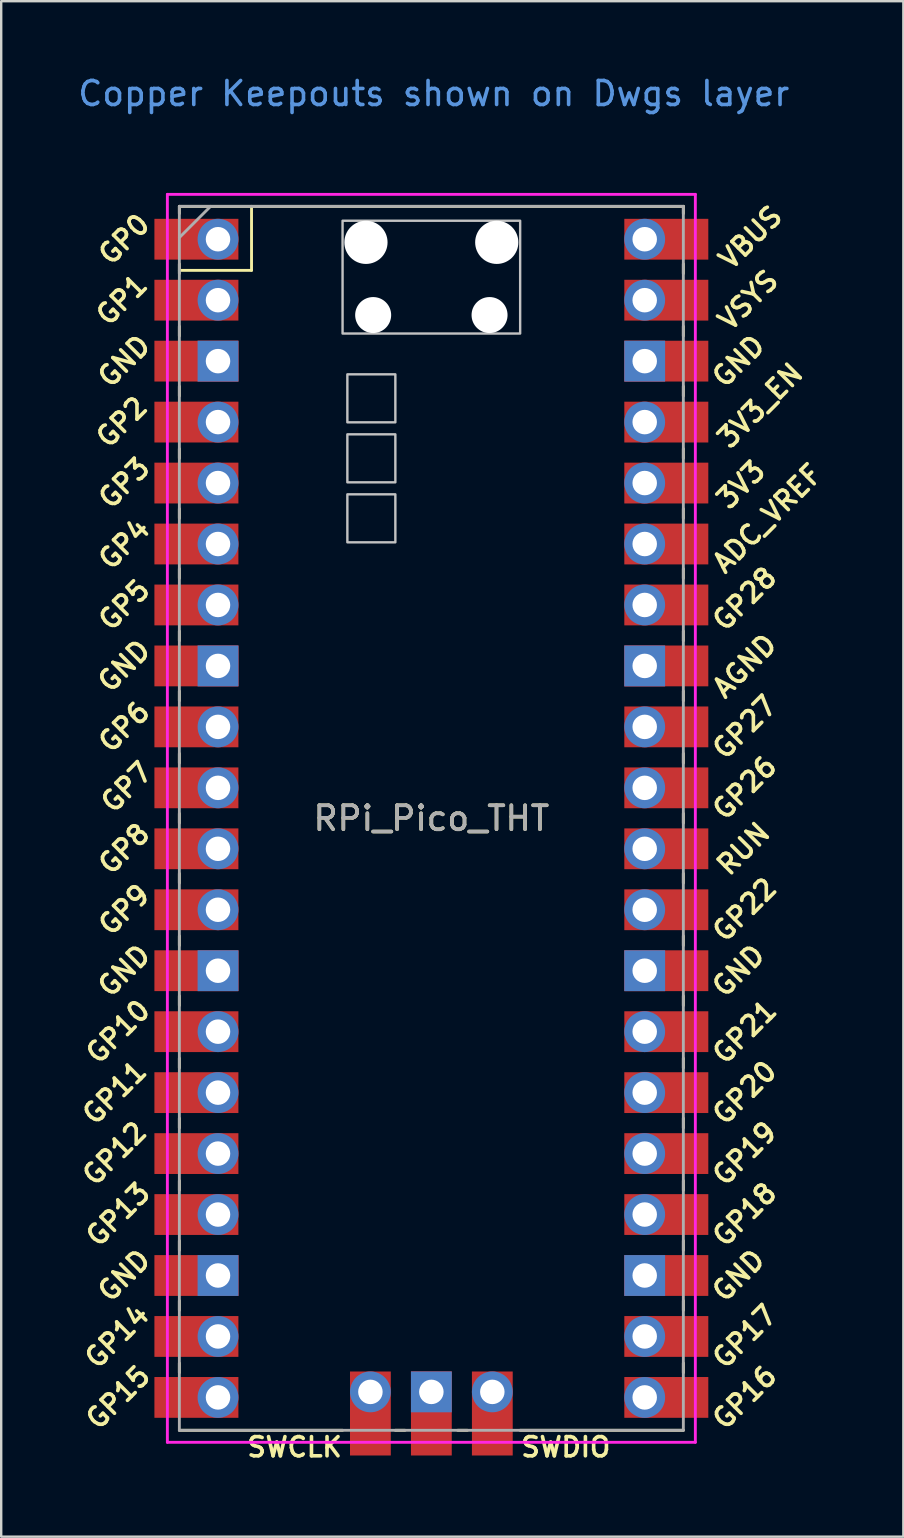
<source format=kicad_pcb>
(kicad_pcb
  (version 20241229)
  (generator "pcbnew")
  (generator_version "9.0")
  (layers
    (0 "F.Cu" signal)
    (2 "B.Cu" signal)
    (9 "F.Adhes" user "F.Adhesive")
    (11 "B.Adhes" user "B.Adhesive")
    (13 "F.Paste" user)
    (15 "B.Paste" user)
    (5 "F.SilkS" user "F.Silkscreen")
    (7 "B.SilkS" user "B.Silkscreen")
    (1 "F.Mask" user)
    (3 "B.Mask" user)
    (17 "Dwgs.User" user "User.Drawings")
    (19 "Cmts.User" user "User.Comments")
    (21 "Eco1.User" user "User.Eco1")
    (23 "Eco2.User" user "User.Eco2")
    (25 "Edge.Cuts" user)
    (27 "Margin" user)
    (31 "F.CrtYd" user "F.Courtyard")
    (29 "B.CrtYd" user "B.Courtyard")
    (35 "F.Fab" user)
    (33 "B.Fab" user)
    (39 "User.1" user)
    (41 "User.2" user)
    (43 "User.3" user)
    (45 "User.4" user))
  (footprint "RPi_Pico_THT"
    (layer "F.Cu")
    (at 14.924 31.048)
    (property "Reference" "RPi_Pico_THT" (at 0 0 0) (layer "F.SilkS") (effects (font (size 1 1) (thickness 0.15))))
    (attr through_hole)
    (fp_line (start -10.5 -25.5) (end -10.5 -25.2) (stroke (width 0.12) (type solid)) (layer "F.SilkS"))
    (fp_line (start -10.5 -25.5) (end 10.5 -25.5) (stroke (width 0.12) (type solid)) (layer "F.SilkS"))
    (fp_line (start -10.5 -23.1) (end -10.5 -22.7) (stroke (width 0.12) (type solid)) (layer "F.SilkS"))
    (fp_line (start -10.5 -22.833) (end -7.493 -22.833) (stroke (width 0.12) (type solid)) (layer "F.SilkS"))
    (fp_line (start -10.5 -20.5) (end -10.5 -20.1) (stroke (width 0.12) (type solid)) (layer "F.SilkS"))
    (fp_line (start -10.5 -18) (end -10.5 -17.6) (stroke (width 0.12) (type solid)) (layer "F.SilkS"))
    (fp_line (start -10.5 -15.4) (end -10.5 -15) (stroke (width 0.12) (type solid)) (layer "F.SilkS"))
    (fp_line (start -10.5 -12.9) (end -10.5 -12.5) (stroke (width 0.12) (type solid)) (layer "F.SilkS"))
    (fp_line (start -10.5 -10.4) (end -10.5 -10) (stroke (width 0.12) (type solid)) (layer "F.SilkS"))
    (fp_line (start -10.5 -7.8) (end -10.5 -7.4) (stroke (width 0.12) (type solid)) (layer "F.SilkS"))
    (fp_line (start -10.5 -5.3) (end -10.5 -4.9) (stroke (width 0.12) (type solid)) (layer "F.SilkS"))
    (fp_line (start -10.5 -2.7) (end -10.5 -2.3) (stroke (width 0.12) (type solid)) (layer "F.SilkS"))
    (fp_line (start -10.5 -0.2) (end -10.5 0.2) (stroke (width 0.12) (type solid)) (layer "F.SilkS"))
    (fp_line (start -10.5 2.3) (end -10.5 2.7) (stroke (width 0.12) (type solid)) (layer "F.SilkS"))
    (fp_line (start -10.5 4.9) (end -10.5 5.3) (stroke (width 0.12) (type solid)) (layer "F.SilkS"))
    (fp_line (start -10.5 7.4) (end -10.5 7.8) (stroke (width 0.12) (type solid)) (layer "F.SilkS"))
    (fp_line (start -10.5 10) (end -10.5 10.4) (stroke (width 0.12) (type solid)) (layer "F.SilkS"))
    (fp_line (start -10.5 12.5) (end -10.5 12.9) (stroke (width 0.12) (type solid)) (layer "F.SilkS"))
    (fp_line (start -10.5 15.1) (end -10.5 15.5) (stroke (width 0.12) (type solid)) (layer "F.SilkS"))
    (fp_line (start -10.5 17.6) (end -10.5 18) (stroke (width 0.12) (type solid)) (layer "F.SilkS"))
    (fp_line (start -10.5 20.1) (end -10.5 20.5) (stroke (width 0.12) (type solid)) (layer "F.SilkS"))
    (fp_line (start -10.5 22.7) (end -10.5 23.1) (stroke (width 0.12) (type solid)) (layer "F.SilkS"))
    (fp_line (start -7.493 -22.833) (end -7.493 -25.5) (stroke (width 0.12) (type solid)) (layer "F.SilkS"))
    (fp_line (start -3.7 25.5) (end -10.5 25.5) (stroke (width 0.12) (type solid)) (layer "F.SilkS"))
    (fp_line (start -1.5 25.5) (end -1.1 25.5) (stroke (width 0.12) (type solid)) (layer "F.SilkS"))
    (fp_line (start 1.1 25.5) (end 1.5 25.5) (stroke (width 0.12) (type solid)) (layer "F.SilkS"))
    (fp_line (start 10.5 -25.5) (end 10.5 -25.2) (stroke (width 0.12) (type solid)) (layer "F.SilkS"))
    (fp_line (start 10.5 -23.1) (end 10.5 -22.7) (stroke (width 0.12) (type solid)) (layer "F.SilkS"))
    (fp_line (start 10.5 -20.5) (end 10.5 -20.1) (stroke (width 0.12) (type solid)) (layer "F.SilkS"))
    (fp_line (start 10.5 -18) (end 10.5 -17.6) (stroke (width 0.12) (type solid)) (layer "F.SilkS"))
    (fp_line (start 10.5 -15.4) (end 10.5 -15) (stroke (width 0.12) (type solid)) (layer "F.SilkS"))
    (fp_line (start 10.5 -12.9) (end 10.5 -12.5) (stroke (width 0.12) (type solid)) (layer "F.SilkS"))
    (fp_line (start 10.5 -10.4) (end 10.5 -10) (stroke (width 0.12) (type solid)) (layer "F.SilkS"))
    (fp_line (start 10.5 -7.8) (end 10.5 -7.4) (stroke (width 0.12) (type solid)) (layer "F.SilkS"))
    (fp_line (start 10.5 -5.3) (end 10.5 -4.9) (stroke (width 0.12) (type solid)) (layer "F.SilkS"))
    (fp_line (start 10.5 -2.7) (end 10.5 -2.3) (stroke (width 0.12) (type solid)) (layer "F.SilkS"))
    (fp_line (start 10.5 -0.2) (end 10.5 0.2) (stroke (width 0.12) (type solid)) (layer "F.SilkS"))
    (fp_line (start 10.5 2.3) (end 10.5 2.7) (stroke (width 0.12) (type solid)) (layer "F.SilkS"))
    (fp_line (start 10.5 4.9) (end 10.5 5.3) (stroke (width 0.12) (type solid)) (layer "F.SilkS"))
    (fp_line (start 10.5 7.4) (end 10.5 7.8) (stroke (width 0.12) (type solid)) (layer "F.SilkS"))
    (fp_line (start 10.5 10) (end 10.5 10.4) (stroke (width 0.12) (type solid)) (layer "F.SilkS"))
    (fp_line (start 10.5 12.5) (end 10.5 12.9) (stroke (width 0.12) (type solid)) (layer "F.SilkS"))
    (fp_line (start 10.5 15.1) (end 10.5 15.5) (stroke (width 0.12) (type solid)) (layer "F.SilkS"))
    (fp_line (start 10.5 17.6) (end 10.5 18) (stroke (width 0.12) (type solid)) (layer "F.SilkS"))
    (fp_line (start 10.5 20.1) (end 10.5 20.5) (stroke (width 0.12) (type solid)) (layer "F.SilkS"))
    (fp_line (start 10.5 22.7) (end 10.5 23.1) (stroke (width 0.12) (type solid)) (layer "F.SilkS"))
    (fp_line (start 10.5 25.5) (end 3.7 25.5) (stroke (width 0.12) (type solid)) (layer "F.SilkS"))
    (fp_poly (pts (xy -1.5 -16.5) (xy -3.5 -16.5) (xy -3.5 -18.5) (xy -1.5 -18.5)) (stroke (width 0.1) (type solid)) (fill no) (layer "Dwgs.User"))
    (fp_poly (pts (xy -1.5 -14) (xy -3.5 -14) (xy -3.5 -16) (xy -1.5 -16)) (stroke (width 0.1) (type solid)) (fill no) (layer "Dwgs.User"))
    (fp_poly (pts (xy -1.5 -11.5) (xy -3.5 -11.5) (xy -3.5 -13.5) (xy -1.5 -13.5)) (stroke (width 0.1) (type solid)) (fill no) (layer "Dwgs.User"))
    (fp_poly (pts (xy 3.7 -20.2) (xy -3.7 -20.2) (xy -3.7 -24.9) (xy 3.7 -24.9)) (stroke (width 0.1) (type solid)) (fill no) (layer "Dwgs.User"))
    (fp_line (start -11 -26) (end 11 -26) (stroke (width 0.12) (type solid)) (layer "F.CrtYd"))
    (fp_line (start -11 26) (end -11 -26) (stroke (width 0.12) (type solid)) (layer "F.CrtYd"))
    (fp_line (start 11 -26) (end 11 26) (stroke (width 0.12) (type solid)) (layer "F.CrtYd"))
    (fp_line (start 11 26) (end -11 26) (stroke (width 0.12) (type solid)) (layer "F.CrtYd"))
    (fp_line (start -10.5 -25.5) (end 10.5 -25.5) (stroke (width 0.12) (type solid)) (layer "F.Fab"))
    (fp_line (start -10.5 -24.2) (end -9.2 -25.5) (stroke (width 0.12) (type solid)) (layer "F.Fab"))
    (fp_line (start -10.5 25.5) (end -10.5 -25.5) (stroke (width 0.12) (type solid)) (layer "F.Fab"))
    (fp_line (start 10.5 -25.5) (end 10.5 25.5) (stroke (width 0.12) (type solid)) (layer "F.Fab"))
    (fp_line (start 10.5 25.5) (end -10.5 25.5) (stroke (width 0.12) (type solid)) (layer "F.Fab"))
    (fp_text user "GP0" (at -12.8 -24.13 45) (layer "F.SilkS") (effects (font (size 0.8 0.8) (thickness 0.15))))
    (fp_text user "SWDIO" (at 5.6 26.2 0) (layer "F.SilkS") (effects (font (size 0.8 0.8) (thickness 0.15))))
    (fp_text user "ADC_VREF" (at 14 -12.5 45) (layer "F.SilkS") (effects (font (size 0.8 0.8) (thickness 0.15))))
    (fp_text user "GP10" (at -13.054 8.89 45) (layer "F.SilkS") (effects (font (size 0.8 0.8) (thickness 0.15))))
    (fp_text user "GP9" (at -12.8 3.81 45) (layer "F.SilkS") (effects (font (size 0.8 0.8) (thickness 0.15))))
    (fp_text user "GP6" (at -12.8 -3.81 45) (layer "F.SilkS") (effects (font (size 0.8 0.8) (thickness 0.15))))
    (fp_text user "GP21" (at 13.054 8.9 45) (layer "F.SilkS") (effects (font (size 0.8 0.8) (thickness 0.15))))
    (fp_text user "GP19" (at 13.054 13.97 45) (layer "F.SilkS") (effects (font (size 0.8 0.8) (thickness 0.15))))
    (fp_text user "VBUS" (at 13.3 -24.2 45) (layer "F.SilkS") (effects (font (size 0.8 0.8) (thickness 0.15))))
    (fp_text user "GND" (at 12.8 6.35 45) (layer "F.SilkS") (effects (font (size 0.8 0.8) (thickness 0.15))))
    (fp_text user "GND" (at 12.8 -19.05 45) (layer "F.SilkS") (effects (font (size 0.8 0.8) (thickness 0.15))))
    (fp_text user "GP3" (at -12.8 -13.97 45) (layer "F.SilkS") (effects (font (size 0.8 0.8) (thickness 0.15))))
    (fp_text user "VSYS" (at 13.2 -21.59 45) (layer "F.SilkS") (effects (font (size 0.8 0.8) (thickness 0.15))))
    (fp_text user "GP16" (at 13.054 24.13 45) (layer "F.SilkS") (effects (font (size 0.8 0.8) (thickness 0.15))))
    (fp_text user "GND" (at -12.8 6.35 45) (layer "F.SilkS") (effects (font (size 0.8 0.8) (thickness 0.15))))
    (fp_text user "GND" (at -12.8 -6.35 45) (layer "F.SilkS") (effects (font (size 0.8 0.8) (thickness 0.15))))
    (fp_text user "GP28" (at 13.054 -9.144 45) (layer "F.SilkS") (effects (font (size 0.8 0.8) (thickness 0.15))))
    (fp_text user "GP8" (at -12.8 1.27 45) (layer "F.SilkS") (effects (font (size 0.8 0.8) (thickness 0.15))))
    (fp_text user "GP18" (at 13.054 16.51 45) (layer "F.SilkS") (effects (font (size 0.8 0.8) (thickness 0.15))))
    (fp_text user "GP11" (at -13.2 11.43 45) (layer "F.SilkS") (effects (font (size 0.8 0.8) (thickness 0.15))))
    (fp_text user "GP27" (at 13.054 -3.8 45) (layer "F.SilkS") (effects (font (size 0.8 0.8) (thickness 0.15))))
    (fp_text user "GP17" (at 13.054 21.59 45) (layer "F.SilkS") (effects (font (size 0.8 0.8) (thickness 0.15))))
    (fp_text user "GP7" (at -12.7 -1.3 45) (layer "F.SilkS") (effects (font (size 0.8 0.8) (thickness 0.15))))
    (fp_text user "RUN" (at 13 1.27 45) (layer "F.SilkS") (effects (font (size 0.8 0.8) (thickness 0.15))))
    (fp_text user "GP14" (at -13.1 21.59 45) (layer "F.SilkS") (effects (font (size 0.8 0.8) (thickness 0.15))))
    (fp_text user "GP15" (at -13.054 24.13 45) (layer "F.SilkS") (effects (font (size 0.8 0.8) (thickness 0.15))))
    (fp_text user "GP26" (at 13.054 -1.27 45) (layer "F.SilkS") (effects (font (size 0.8 0.8) (thickness 0.15))))
    (fp_text user "GP2" (at -12.9 -16.51 45) (layer "F.SilkS") (effects (font (size 0.8 0.8) (thickness 0.15))))
    (fp_text user "GND" (at -12.8 19.05 45) (layer "F.SilkS") (effects (font (size 0.8 0.8) (thickness 0.15))))
    (fp_text user "3V3" (at 12.9 -13.9 45) (layer "F.SilkS") (effects (font (size 0.8 0.8) (thickness 0.15))))
    (fp_text user "GP4" (at -12.8 -11.43 45) (layer "F.SilkS") (effects (font (size 0.8 0.8) (thickness 0.15))))
    (fp_text user "GP22" (at 13.054 3.81 45) (layer "F.SilkS") (effects (font (size 0.8 0.8) (thickness 0.15))))
    (fp_text user "GP5" (at -12.8 -8.89 45) (layer "F.SilkS") (effects (font (size 0.8 0.8) (thickness 0.15))))
    (fp_text user "GP20" (at 13.054 11.43 45) (layer "F.SilkS") (effects (font (size 0.8 0.8) (thickness 0.15))))
    (fp_text user "SWCLK" (at -5.7 26.2 0) (layer "F.SilkS") (effects (font (size 0.8 0.8) (thickness 0.15))))
    (fp_text user "3V3_EN" (at 13.7 -17.2 45) (layer "F.SilkS") (effects (font (size 0.8 0.8) (thickness 0.15))))
    (fp_text user "GND" (at -12.8 -19.05 45) (layer "F.SilkS") (effects (font (size 0.8 0.8) (thickness 0.15))))
    (fp_text user "GP13" (at -13.054 16.51 45) (layer "F.SilkS") (effects (font (size 0.8 0.8) (thickness 0.15))))
    (fp_text user "GND" (at 12.8 19.05 45) (layer "F.SilkS") (effects (font (size 0.8 0.8) (thickness 0.15))))
    (fp_text user "GP12" (at -13.2 13.97 45) (layer "F.SilkS") (effects (font (size 0.8 0.8) (thickness 0.15))))
    (fp_text user "AGND" (at 13.054 -6.35 45) (layer "F.SilkS") (effects (font (size 0.8 0.8) (thickness 0.15))))
    (fp_text user "GP1" (at -12.9 -21.6 45) (layer "F.SilkS") (effects (font (size 0.8 0.8) (thickness 0.15))))
    (fp_text user "Copper Keepouts shown on Dwgs layer" (at 0.1 -30.2 0) (layer "Cmts.User") (effects (font (size 1 1) (thickness 0.15))))
    (fp_text user "${REFERENCE}" (at 0 0 180) (layer "F.Fab") (effects (font (size 1 1) (thickness 0.15))))
    (pad "" np_thru_hole oval (at -2.725 -24) (size 1.8 1.8) (drill 1.8) (layers "*.Cu" "*.Mask"))
    (pad "" np_thru_hole oval (at -2.425 -20.97) (size 1.5 1.5) (drill 1.5) (layers "*.Cu" "*.Mask"))
    (pad "" np_thru_hole oval (at 2.425 -20.97) (size 1.5 1.5) (drill 1.5) (layers "*.Cu" "*.Mask"))
    (pad "" np_thru_hole oval (at 2.725 -24) (size 1.8 1.8) (drill 1.8) (layers "*.Cu" "*.Mask"))
    (pad "1" thru_hole oval (at -8.89 -24.13) (size 1.7 1.7) (drill 1.02) (layers "*.Cu" "*.Mask"))
    (pad "1" smd rect (at -8.89 -24.13) (size 3.5 1.7) (drill (offset -0.9 0)) (layers "F.Cu" "F.Mask"))
    (pad "2" thru_hole oval (at -8.89 -21.59) (size 1.7 1.7) (drill 1.02) (layers "*.Cu" "*.Mask"))
    (pad "2" smd rect (at -8.89 -21.59) (size 3.5 1.7) (drill (offset -0.9 0)) (layers "F.Cu" "F.Mask"))
    (pad "3" thru_hole rect (at -8.89 -19.05) (size 1.7 1.7) (drill 1.02) (layers "*.Cu" "*.Mask"))
    (pad "3" smd rect (at -8.89 -19.05) (size 3.5 1.7) (drill (offset -0.9 0)) (layers "F.Cu" "F.Mask"))
    (pad "4" thru_hole oval (at -8.89 -16.51) (size 1.7 1.7) (drill 1.02) (layers "*.Cu" "*.Mask"))
    (pad "4" smd rect (at -8.89 -16.51) (size 3.5 1.7) (drill (offset -0.9 0)) (layers "F.Cu" "F.Mask"))
    (pad "5" thru_hole oval (at -8.89 -13.97) (size 1.7 1.7) (drill 1.02) (layers "*.Cu" "*.Mask"))
    (pad "5" smd rect (at -8.89 -13.97) (size 3.5 1.7) (drill (offset -0.9 0)) (layers "F.Cu" "F.Mask"))
    (pad "6" thru_hole oval (at -8.89 -11.43) (size 1.7 1.7) (drill 1.02) (layers "*.Cu" "*.Mask"))
    (pad "6" smd rect (at -8.89 -11.43) (size 3.5 1.7) (drill (offset -0.9 0)) (layers "F.Cu" "F.Mask"))
    (pad "7" thru_hole oval (at -8.89 -8.89) (size 1.7 1.7) (drill 1.02) (layers "*.Cu" "*.Mask"))
    (pad "7" smd rect (at -8.89 -8.89) (size 3.5 1.7) (drill (offset -0.9 0)) (layers "F.Cu" "F.Mask"))
    (pad "8" thru_hole rect (at -8.89 -6.35) (size 1.7 1.7) (drill 1.02) (layers "*.Cu" "*.Mask"))
    (pad "8" smd rect (at -8.89 -6.35) (size 3.5 1.7) (drill (offset -0.9 0)) (layers "F.Cu" "F.Mask"))
    (pad "9" thru_hole oval (at -8.89 -3.81) (size 1.7 1.7) (drill 1.02) (layers "*.Cu" "*.Mask"))
    (pad "9" smd rect (at -8.89 -3.81) (size 3.5 1.7) (drill (offset -0.9 0)) (layers "F.Cu" "F.Mask"))
    (pad "10" thru_hole oval (at -8.89 -1.27) (size 1.7 1.7) (drill 1.02) (layers "*.Cu" "*.Mask"))
    (pad "10" smd rect (at -8.89 -1.27) (size 3.5 1.7) (drill (offset -0.9 0)) (layers "F.Cu" "F.Mask"))
    (pad "11" thru_hole oval (at -8.89 1.27) (size 1.7 1.7) (drill 1.02) (layers "*.Cu" "*.Mask"))
    (pad "11" smd rect (at -8.89 1.27) (size 3.5 1.7) (drill (offset -0.9 0)) (layers "F.Cu" "F.Mask"))
    (pad "12" thru_hole oval (at -8.89 3.81) (size 1.7 1.7) (drill 1.02) (layers "*.Cu" "*.Mask"))
    (pad "12" smd rect (at -8.89 3.81) (size 3.5 1.7) (drill (offset -0.9 0)) (layers "F.Cu" "F.Mask"))
    (pad "13" thru_hole rect (at -8.89 6.35) (size 1.7 1.7) (drill 1.02) (layers "*.Cu" "*.Mask"))
    (pad "13" smd rect (at -8.89 6.35) (size 3.5 1.7) (drill (offset -0.9 0)) (layers "F.Cu" "F.Mask"))
    (pad "14" thru_hole oval (at -8.89 8.89) (size 1.7 1.7) (drill 1.02) (layers "*.Cu" "*.Mask"))
    (pad "14" smd rect (at -8.89 8.89) (size 3.5 1.7) (drill (offset -0.9 0)) (layers "F.Cu" "F.Mask"))
    (pad "15" thru_hole oval (at -8.89 11.43) (size 1.7 1.7) (drill 1.02) (layers "*.Cu" "*.Mask"))
    (pad "15" smd rect (at -8.89 11.43) (size 3.5 1.7) (drill (offset -0.9 0)) (layers "F.Cu" "F.Mask"))
    (pad "16" thru_hole oval (at -8.89 13.97) (size 1.7 1.7) (drill 1.02) (layers "*.Cu" "*.Mask"))
    (pad "16" smd rect (at -8.89 13.97) (size 3.5 1.7) (drill (offset -0.9 0)) (layers "F.Cu" "F.Mask"))
    (pad "17" thru_hole oval (at -8.89 16.51) (size 1.7 1.7) (drill 1.02) (layers "*.Cu" "*.Mask"))
    (pad "17" smd rect (at -8.89 16.51) (size 3.5 1.7) (drill (offset -0.9 0)) (layers "F.Cu" "F.Mask"))
    (pad "18" thru_hole rect (at -8.89 19.05) (size 1.7 1.7) (drill 1.02) (layers "*.Cu" "*.Mask"))
    (pad "18" smd rect (at -8.89 19.05) (size 3.5 1.7) (drill (offset -0.9 0)) (layers "F.Cu" "F.Mask"))
    (pad "19" thru_hole oval (at -8.89 21.59) (size 1.7 1.7) (drill 1.02) (layers "*.Cu" "*.Mask"))
    (pad "19" smd rect (at -8.89 21.59) (size 3.5 1.7) (drill (offset -0.9 0)) (layers "F.Cu" "F.Mask"))
    (pad "20" thru_hole oval (at -8.89 24.13) (size 1.7 1.7) (drill 1.02) (layers "*.Cu" "*.Mask"))
    (pad "20" smd rect (at -8.89 24.13) (size 3.5 1.7) (drill (offset -0.9 0)) (layers "F.Cu" "F.Mask"))
    (pad "21" thru_hole oval (at 8.89 24.13) (size 1.7 1.7) (drill 1.02) (layers "*.Cu" "*.Mask"))
    (pad "21" smd rect (at 8.89 24.13) (size 3.5 1.7) (drill (offset 0.9 0)) (layers "F.Cu" "F.Mask"))
    (pad "22" thru_hole oval (at 8.89 21.59) (size 1.7 1.7) (drill 1.02) (layers "*.Cu" "*.Mask"))
    (pad "22" smd rect (at 8.89 21.59) (size 3.5 1.7) (drill (offset 0.9 0)) (layers "F.Cu" "F.Mask"))
    (pad "23" thru_hole rect (at 8.89 19.05) (size 1.7 1.7) (drill 1.02) (layers "*.Cu" "*.Mask"))
    (pad "23" smd rect (at 8.89 19.05) (size 3.5 1.7) (drill (offset 0.9 0)) (layers "F.Cu" "F.Mask"))
    (pad "24" thru_hole oval (at 8.89 16.51) (size 1.7 1.7) (drill 1.02) (layers "*.Cu" "*.Mask"))
    (pad "24" smd rect (at 8.89 16.51) (size 3.5 1.7) (drill (offset 0.9 0)) (layers "F.Cu" "F.Mask"))
    (pad "25" thru_hole oval (at 8.89 13.97) (size 1.7 1.7) (drill 1.02) (layers "*.Cu" "*.Mask"))
    (pad "25" smd rect (at 8.89 13.97) (size 3.5 1.7) (drill (offset 0.9 0)) (layers "F.Cu" "F.Mask"))
    (pad "26" thru_hole oval (at 8.89 11.43) (size 1.7 1.7) (drill 1.02) (layers "*.Cu" "*.Mask"))
    (pad "26" smd rect (at 8.89 11.43) (size 3.5 1.7) (drill (offset 0.9 0)) (layers "F.Cu" "F.Mask"))
    (pad "27" thru_hole oval (at 8.89 8.89) (size 1.7 1.7) (drill 1.02) (layers "*.Cu" "*.Mask"))
    (pad "27" smd rect (at 8.89 8.89) (size 3.5 1.7) (drill (offset 0.9 0)) (layers "F.Cu" "F.Mask"))
    (pad "28" thru_hole rect (at 8.89 6.35) (size 1.7 1.7) (drill 1.02) (layers "*.Cu" "*.Mask"))
    (pad "28" smd rect (at 8.89 6.35) (size 3.5 1.7) (drill (offset 0.9 0)) (layers "F.Cu" "F.Mask"))
    (pad "29" thru_hole oval (at 8.89 3.81) (size 1.7 1.7) (drill 1.02) (layers "*.Cu" "*.Mask"))
    (pad "29" smd rect (at 8.89 3.81) (size 3.5 1.7) (drill (offset 0.9 0)) (layers "F.Cu" "F.Mask"))
    (pad "30" thru_hole oval (at 8.89 1.27) (size 1.7 1.7) (drill 1.02) (layers "*.Cu" "*.Mask"))
    (pad "30" smd rect (at 8.89 1.27) (size 3.5 1.7) (drill (offset 0.9 0)) (layers "F.Cu" "F.Mask"))
    (pad "31" thru_hole oval (at 8.89 -1.27) (size 1.7 1.7) (drill 1.02) (layers "*.Cu" "*.Mask"))
    (pad "31" smd rect (at 8.89 -1.27) (size 3.5 1.7) (drill (offset 0.9 0)) (layers "F.Cu" "F.Mask"))
    (pad "32" thru_hole oval (at 8.89 -3.81) (size 1.7 1.7) (drill 1.02) (layers "*.Cu" "*.Mask"))
    (pad "32" smd rect (at 8.89 -3.81) (size 3.5 1.7) (drill (offset 0.9 0)) (layers "F.Cu" "F.Mask"))
    (pad "33" thru_hole rect (at 8.89 -6.35) (size 1.7 1.7) (drill 1.02) (layers "*.Cu" "*.Mask"))
    (pad "33" smd rect (at 8.89 -6.35) (size 3.5 1.7) (drill (offset 0.9 0)) (layers "F.Cu" "F.Mask"))
    (pad "34" thru_hole oval (at 8.89 -8.89) (size 1.7 1.7) (drill 1.02) (layers "*.Cu" "*.Mask"))
    (pad "34" smd rect (at 8.89 -8.89) (size 3.5 1.7) (drill (offset 0.9 0)) (layers "F.Cu" "F.Mask"))
    (pad "35" thru_hole oval (at 8.89 -11.43) (size 1.7 1.7) (drill 1.02) (layers "*.Cu" "*.Mask"))
    (pad "35" smd rect (at 8.89 -11.43) (size 3.5 1.7) (drill (offset 0.9 0)) (layers "F.Cu" "F.Mask"))
    (pad "36" thru_hole oval (at 8.89 -13.97) (size 1.7 1.7) (drill 1.02) (layers "*.Cu" "*.Mask"))
    (pad "36" smd rect (at 8.89 -13.97) (size 3.5 1.7) (drill (offset 0.9 0)) (layers "F.Cu" "F.Mask"))
    (pad "37" thru_hole oval (at 8.89 -16.51) (size 1.7 1.7) (drill 1.02) (layers "*.Cu" "*.Mask"))
    (pad "37" smd rect (at 8.89 -16.51) (size 3.5 1.7) (drill (offset 0.9 0)) (layers "F.Cu" "F.Mask"))
    (pad "38" thru_hole rect (at 8.89 -19.05) (size 1.7 1.7) (drill 1.02) (layers "*.Cu" "*.Mask"))
    (pad "38" smd rect (at 8.89 -19.05) (size 3.5 1.7) (drill (offset 0.9 0)) (layers "F.Cu" "F.Mask"))
    (pad "39" thru_hole oval (at 8.89 -21.59) (size 1.7 1.7) (drill 1.02) (layers "*.Cu" "*.Mask"))
    (pad "39" smd rect (at 8.89 -21.59) (size 3.5 1.7) (drill (offset 0.9 0)) (layers "F.Cu" "F.Mask"))
    (pad "40" thru_hole oval (at 8.89 -24.13) (size 1.7 1.7) (drill 1.02) (layers "*.Cu" "*.Mask"))
    (pad "40" smd rect (at 8.89 -24.13) (size 3.5 1.7) (drill (offset 0.9 0)) (layers "F.Cu" "F.Mask"))
    (pad "41" thru_hole oval (at -2.54 23.9) (size 1.7 1.7) (drill 1.02) (layers "*.Cu" "*.Mask"))
    (pad "41" smd rect (at -2.54 23.9 90) (size 3.5 1.7) (drill (offset -0.9 0)) (layers "F.Cu" "F.Mask"))
    (pad "42" thru_hole rect (at 0 23.9) (size 1.7 1.7) (drill 1.02) (layers "*.Cu" "*.Mask"))
    (pad "42" smd rect (at 0 23.9 90) (size 3.5 1.7) (drill (offset -0.9 0)) (layers "F.Cu" "F.Mask"))
    (pad "43" thru_hole oval (at 2.54 23.9) (size 1.7 1.7) (drill 1.02) (layers "*.Cu" "*.Mask"))
    (pad "43" smd rect (at 2.54 23.9 90) (size 3.5 1.7) (drill (offset -0.9 0)) (layers "F.Cu" "F.Mask")))
  (gr_rect
    (start -3 -3)
    (end 34.591 60.98)
    (stroke (width 0.1) (type default))
    (fill no)
    (layer "Edge.Cuts")))
</source>
